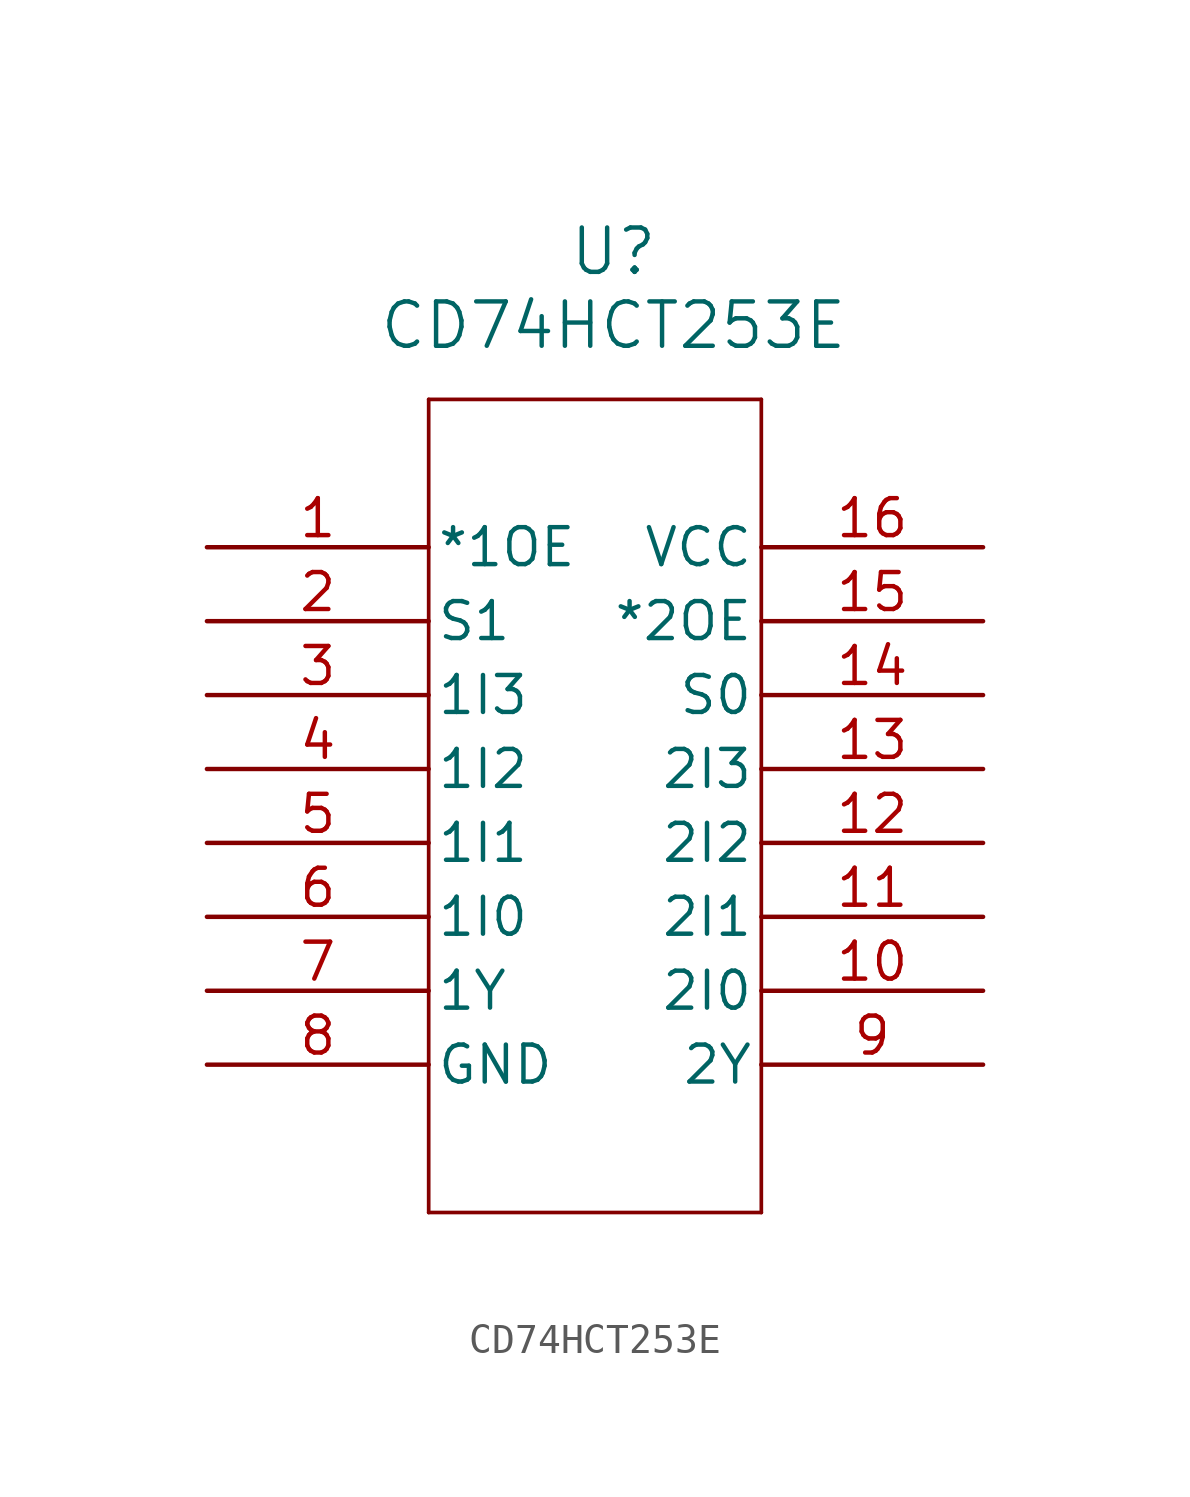
<source format=kicad_sym>
(kicad_symbol_lib
  (version 20231120)
  (generator "kicad_symbol_editor")
  (generator_version "8.0")
  (symbol "CD74HCT253E"
    (pin_names
      (offset 0.254))
    (property "Reference" "U"
      (at 30.48 10.16 0)
      (effects (font (size 1.524 1.524))))
    (property "Value" "CD74HCT253E"
      (at 30.48 7.62 0)
      (effects (font (size 1.524 1.524))))
    (property "ki_locked" ""
      (at 0 0 0)
      (effects (font (size 1.27 1.27))))
    (symbol "CD74HCT253E_1_1"
      (polyline (pts (xy 24.13 -22.86) (xy 35.56 -22.86)) (stroke (width 0.127) (type default)) (fill (type none)))
      (polyline (pts (xy 24.13 5.08) (xy 24.13 -22.86)) (stroke (width 0.127) (type default)) (fill (type none)))
      (polyline (pts (xy 35.56 -22.86) (xy 35.56 5.08)) (stroke (width 0.127) (type default)) (fill (type none)))
      (polyline (pts (xy 35.56 5.08) (xy 24.13 5.08)) (stroke (width 0.127) (type default)) (fill (type none)))
      (pin input line (at 16.51 0 0) (length 7.62) (name "*1OE" (effects (font (size 1.27 1.27)))) (number "1" (effects (font (size 1.27 1.27)))))
      (pin input line (at 43.18 -15.24 180) (length 7.62) (name "2I0" (effects (font (size 1.27 1.27)))) (number "10" (effects (font (size 1.27 1.27)))))
      (pin input line (at 43.18 -12.7 180) (length 7.62) (name "2I1" (effects (font (size 1.27 1.27)))) (number "11" (effects (font (size 1.27 1.27)))))
      (pin input line (at 43.18 -10.16 180) (length 7.62) (name "2I2" (effects (font (size 1.27 1.27)))) (number "12" (effects (font (size 1.27 1.27)))))
      (pin input line (at 43.18 -7.62 180) (length 7.62) (name "2I3" (effects (font (size 1.27 1.27)))) (number "13" (effects (font (size 1.27 1.27)))))
      (pin input line (at 43.18 -5.08 180) (length 7.62) (name "S0" (effects (font (size 1.27 1.27)))) (number "14" (effects (font (size 1.27 1.27)))))
      (pin input line (at 43.18 -2.54 180) (length 7.62) (name "*2OE" (effects (font (size 1.27 1.27)))) (number "15" (effects (font (size 1.27 1.27)))))
      (pin power_in line (at 43.18 0 180) (length 7.62) (name "VCC" (effects (font (size 1.27 1.27)))) (number "16" (effects (font (size 1.27 1.27)))))
      (pin input line (at 16.51 -2.54 0) (length 7.62) (name "S1" (effects (font (size 1.27 1.27)))) (number "2" (effects (font (size 1.27 1.27)))))
      (pin input line (at 16.51 -5.08 0) (length 7.62) (name "1I3" (effects (font (size 1.27 1.27)))) (number "3" (effects (font (size 1.27 1.27)))))
      (pin input line (at 16.51 -7.62 0) (length 7.62) (name "1I2" (effects (font (size 1.27 1.27)))) (number "4" (effects (font (size 1.27 1.27)))))
      (pin input line (at 16.51 -10.16 0) (length 7.62) (name "1I1" (effects (font (size 1.27 1.27)))) (number "5" (effects (font (size 1.27 1.27)))))
      (pin input line (at 16.51 -12.7 0) (length 7.62) (name "1I0" (effects (font (size 1.27 1.27)))) (number "6" (effects (font (size 1.27 1.27)))))
      (pin output line (at 16.51 -15.24 0) (length 7.62) (name "1Y" (effects (font (size 1.27 1.27)))) (number "7" (effects (font (size 1.27 1.27)))))
      (pin power_in line (at 16.51 -17.78 0) (length 7.62) (name "GND" (effects (font (size 1.27 1.27)))) (number "8" (effects (font (size 1.27 1.27)))))
      (pin output line (at 43.18 -17.78 180) (length 7.62) (name "2Y" (effects (font (size 1.27 1.27)))) (number "9" (effects (font (size 1.27 1.27))))))))
</source>
